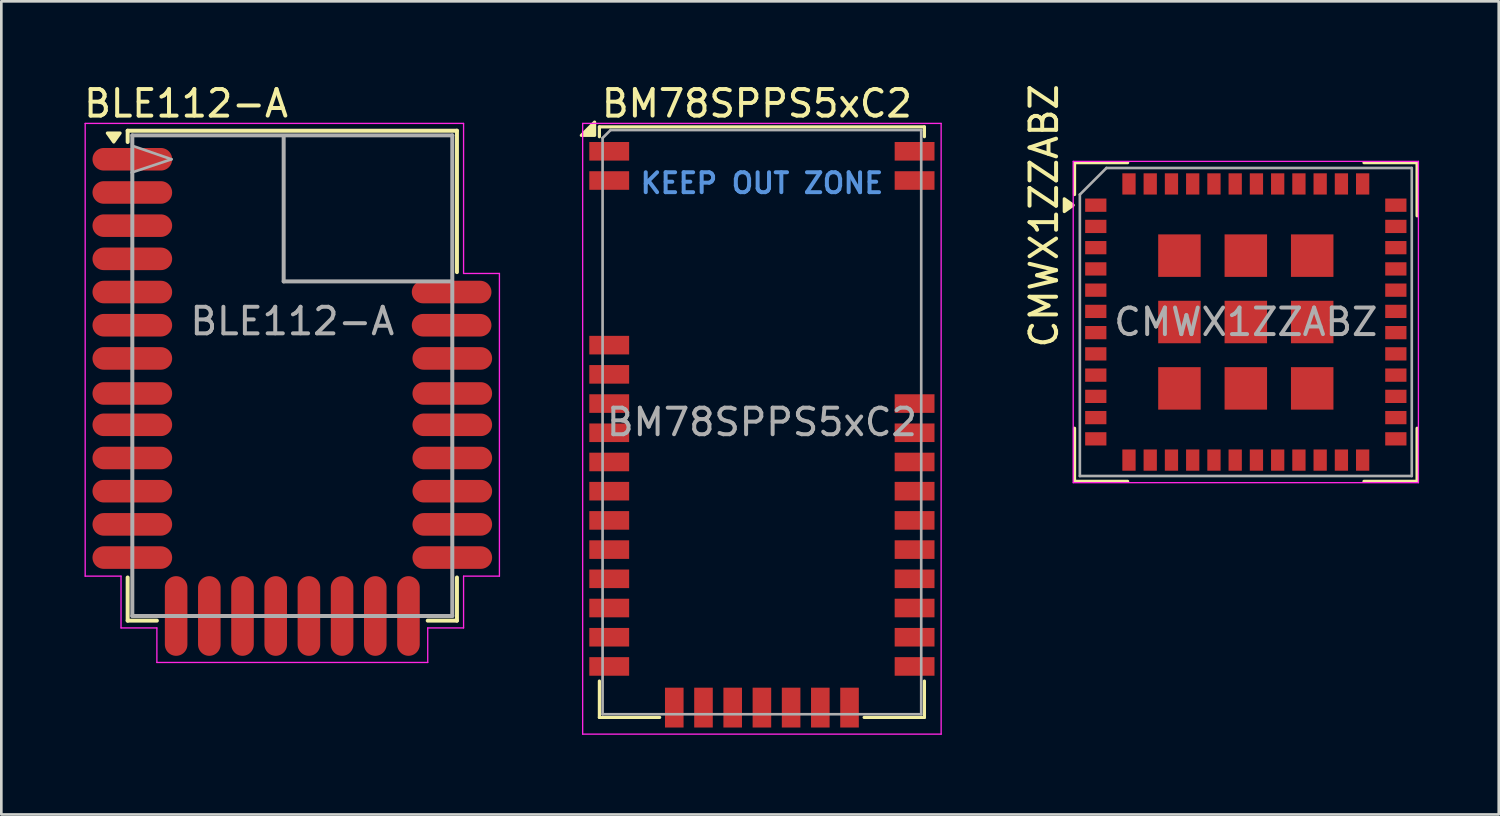
<source format=kicad_pcb>
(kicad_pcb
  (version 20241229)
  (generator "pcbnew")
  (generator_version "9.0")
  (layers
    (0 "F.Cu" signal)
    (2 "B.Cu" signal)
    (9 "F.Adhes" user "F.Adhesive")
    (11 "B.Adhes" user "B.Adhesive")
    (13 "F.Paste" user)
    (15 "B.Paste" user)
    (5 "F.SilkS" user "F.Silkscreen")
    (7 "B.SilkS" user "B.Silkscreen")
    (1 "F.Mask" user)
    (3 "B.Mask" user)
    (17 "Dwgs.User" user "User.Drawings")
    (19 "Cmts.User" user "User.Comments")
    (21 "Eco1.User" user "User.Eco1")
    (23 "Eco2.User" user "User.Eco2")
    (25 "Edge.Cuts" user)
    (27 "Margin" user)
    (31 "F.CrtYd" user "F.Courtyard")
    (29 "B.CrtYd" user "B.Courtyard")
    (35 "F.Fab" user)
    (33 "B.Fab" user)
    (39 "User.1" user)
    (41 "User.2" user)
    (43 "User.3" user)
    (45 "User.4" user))
  (footprint "CMWX1ZZABZ"
    (layer "F.Cu")
    (at 43.867 9.077)
    (property "Reference" "CMWX1ZZABZ" (at -7.6 -4 270) (layer "F.SilkS") (effects (font (size 1 1) (thickness 0.15))))
    (attr smd)
    (fp_line (start -6.45 -6) (end -4.45 -6) (stroke (width 0.12) (type solid)) (layer "F.SilkS"))
    (fp_line (start -6.45 -4.8) (end -6.45 -6) (stroke (width 0.12) (type solid)) (layer "F.SilkS"))
    (fp_line (start -6.45 4) (end -6.45 6) (stroke (width 0.12) (type solid)) (layer "F.SilkS"))
    (fp_line (start -6.45 6) (end -4.45 6) (stroke (width 0.12) (type solid)) (layer "F.SilkS"))
    (fp_line (start 4.45 -6) (end 6.45 -6) (stroke (width 0.12) (type solid)) (layer "F.SilkS"))
    (fp_line (start 4.45 6) (end 6.45 6) (stroke (width 0.12) (type solid)) (layer "F.SilkS"))
    (fp_line (start 6.45 -6) (end 6.45 -4) (stroke (width 0.12) (type solid)) (layer "F.SilkS"))
    (fp_line (start 6.45 4) (end 6.45 6) (stroke (width 0.12) (type solid)) (layer "F.SilkS"))
    (fp_poly (pts (xy -6.5 -4.4) (xy -6.836 -4.16) (xy -6.836 -4.64) (xy -6.5 -4.4)) (stroke (width 0.12) (type solid)) (fill yes) (layer "F.SilkS"))
    (fp_line (start -6.5 -6.05) (end 6.5 -6.05) (stroke (width 0.05) (type solid)) (layer "F.CrtYd"))
    (fp_line (start -6.5 6.05) (end -6.5 -6.05) (stroke (width 0.05) (type solid)) (layer "F.CrtYd"))
    (fp_line (start -6.5 6.05) (end 6.5 6.05) (stroke (width 0.05) (type solid)) (layer "F.CrtYd"))
    (fp_line (start 6.5 -6.05) (end 6.5 6.05) (stroke (width 0.05) (type solid)) (layer "F.CrtYd"))
    (fp_line (start -6.25 -4.8) (end -6.25 5.8) (stroke (width 0.1) (type solid)) (layer "F.Fab"))
    (fp_line (start -6.25 5.8) (end 6.25 5.8) (stroke (width 0.1) (type solid)) (layer "F.Fab"))
    (fp_line (start -5.25 -5.8) (end -6.25 -4.8) (stroke (width 0.1) (type solid)) (layer "F.Fab"))
    (fp_line (start -5.25 -5.8) (end 6.25 -5.8) (stroke (width 0.1) (type solid)) (layer "F.Fab"))
    (fp_line (start 6.25 -5.8) (end 6.25 5.8) (stroke (width 0.1) (type solid)) (layer "F.Fab"))
    (fp_text user "${REFERENCE}" (at 0 0 0) (layer "F.Fab") (effects (font (size 1 1) (thickness 0.15))))
    (pad "1" smd rect (at -5.65 -4.4) (size 0.8 0.5) (layers "F.Cu" "F.Mask" "F.Paste"))
    (pad "2" smd rect (at -5.65 -3.6) (size 0.8 0.5) (layers "F.Cu" "F.Mask" "F.Paste"))
    (pad "3" smd rect (at -5.65 -2.8) (size 0.8 0.5) (layers "F.Cu" "F.Mask" "F.Paste"))
    (pad "4" smd rect (at -5.65 -2) (size 0.8 0.5) (layers "F.Cu" "F.Mask" "F.Paste"))
    (pad "5" smd rect (at -5.65 -1.2) (size 0.8 0.5) (layers "F.Cu" "F.Mask" "F.Paste"))
    (pad "6" smd rect (at -5.65 -0.4) (size 0.8 0.5) (layers "F.Cu" "F.Mask" "F.Paste"))
    (pad "7" smd rect (at -5.65 0.4) (size 0.8 0.5) (layers "F.Cu" "F.Mask" "F.Paste"))
    (pad "8" smd rect (at -5.65 1.2) (size 0.8 0.5) (layers "F.Cu" "F.Mask" "F.Paste"))
    (pad "9" smd rect (at -5.65 2) (size 0.8 0.5) (layers "F.Cu" "F.Mask" "F.Paste"))
    (pad "10" smd rect (at -5.65 2.8) (size 0.8 0.5) (layers "F.Cu" "F.Mask" "F.Paste"))
    (pad "11" smd rect (at -5.65 3.6) (size 0.8 0.5) (layers "F.Cu" "F.Mask" "F.Paste"))
    (pad "12" smd rect (at -5.65 4.4) (size 0.8 0.5) (layers "F.Cu" "F.Mask" "F.Paste"))
    (pad "13" smd rect (at -4.4 5.2 90) (size 0.8 0.5) (layers "F.Cu" "F.Mask" "F.Paste"))
    (pad "14" smd rect (at -3.6 5.2 90) (size 0.8 0.5) (layers "F.Cu" "F.Mask" "F.Paste"))
    (pad "15" smd rect (at -2.8 5.2 90) (size 0.8 0.5) (layers "F.Cu" "F.Mask" "F.Paste"))
    (pad "16" smd rect (at -2 5.2 90) (size 0.8 0.5) (layers "F.Cu" "F.Mask" "F.Paste"))
    (pad "17" smd rect (at -1.2 5.2 90) (size 0.8 0.5) (layers "F.Cu" "F.Mask" "F.Paste"))
    (pad "18" smd rect (at -0.4 5.2 90) (size 0.8 0.5) (layers "F.Cu" "F.Mask" "F.Paste"))
    (pad "19" smd rect (at 0.4 5.2 90) (size 0.8 0.5) (layers "F.Cu" "F.Mask" "F.Paste"))
    (pad "20" smd rect (at 1.2 5.2 270) (size 0.8 0.5) (layers "F.Cu" "F.Mask" "F.Paste"))
    (pad "21" smd rect (at 2 5.2 270) (size 0.8 0.5) (layers "F.Cu" "F.Mask" "F.Paste"))
    (pad "22" smd rect (at 2.8 5.2 270) (size 0.8 0.5) (layers "F.Cu" "F.Mask" "F.Paste"))
    (pad "23" smd rect (at 3.6 5.2 270) (size 0.8 0.5) (layers "F.Cu" "F.Mask" "F.Paste"))
    (pad "24" smd rect (at 4.4 5.2 270) (size 0.8 0.5) (layers "F.Cu" "F.Mask" "F.Paste"))
    (pad "25" smd rect (at 5.65 4.4) (size 0.8 0.5) (layers "F.Cu" "F.Mask" "F.Paste"))
    (pad "26" smd rect (at 5.65 3.6) (size 0.8 0.5) (layers "F.Cu" "F.Mask" "F.Paste"))
    (pad "27" smd rect (at 5.65 2.8) (size 0.8 0.5) (layers "F.Cu" "F.Mask" "F.Paste"))
    (pad "28" smd rect (at 5.65 2) (size 0.8 0.5) (layers "F.Cu" "F.Mask" "F.Paste"))
    (pad "29" smd rect (at 5.65 1.2) (size 0.8 0.5) (layers "F.Cu" "F.Mask" "F.Paste"))
    (pad "30" smd rect (at 5.65 0.4) (size 0.8 0.5) (layers "F.Cu" "F.Mask" "F.Paste"))
    (pad "31" smd rect (at 5.65 -0.4) (size 0.8 0.5) (layers "F.Cu" "F.Mask" "F.Paste"))
    (pad "32" smd rect (at 5.65 -1.2) (size 0.8 0.5) (layers "F.Cu" "F.Mask" "F.Paste"))
    (pad "33" smd rect (at 5.65 -2) (size 0.8 0.5) (layers "F.Cu" "F.Mask" "F.Paste"))
    (pad "34" smd rect (at 5.65 -2.8) (size 0.8 0.5) (layers "F.Cu" "F.Mask" "F.Paste"))
    (pad "35" smd rect (at 5.65 -3.6) (size 0.8 0.5) (layers "F.Cu" "F.Mask" "F.Paste"))
    (pad "36" smd rect (at 5.65 -4.4) (size 0.8 0.5) (layers "F.Cu" "F.Mask" "F.Paste"))
    (pad "37" smd rect (at 4.4 -5.2 90) (size 0.8 0.5) (layers "F.Cu" "F.Mask" "F.Paste"))
    (pad "38" smd rect (at 3.6 -5.2 90) (size 0.8 0.5) (layers "F.Cu" "F.Mask" "F.Paste"))
    (pad "39" smd rect (at 2.8 -5.2 90) (size 0.8 0.5) (layers "F.Cu" "F.Mask" "F.Paste"))
    (pad "40" smd rect (at 2 -5.2 90) (size 0.8 0.5) (layers "F.Cu" "F.Mask" "F.Paste"))
    (pad "41" smd rect (at 1.2 -5.2 90) (size 0.8 0.5) (layers "F.Cu" "F.Mask" "F.Paste"))
    (pad "42" smd rect (at 0.4 -5.2 90) (size 0.8 0.5) (layers "F.Cu" "F.Mask" "F.Paste"))
    (pad "43" smd rect (at -0.4 -5.2 90) (size 0.8 0.5) (layers "F.Cu" "F.Mask" "F.Paste"))
    (pad "44" smd rect (at -1.2 -5.2 90) (size 0.8 0.5) (layers "F.Cu" "F.Mask" "F.Paste"))
    (pad "45" smd rect (at -2 -5.2 90) (size 0.8 0.5) (layers "F.Cu" "F.Mask" "F.Paste"))
    (pad "46" smd rect (at -2.8 -5.2 90) (size 0.8 0.5) (layers "F.Cu" "F.Mask" "F.Paste"))
    (pad "47" smd rect (at -3.6 -5.2 90) (size 0.8 0.5) (layers "F.Cu" "F.Mask" "F.Paste"))
    (pad "48" smd rect (at -4.4 -5.2 90) (size 0.8 0.5) (layers "F.Cu" "F.Mask" "F.Paste"))
    (pad "49" smd rect (at -2.5 -2.5 90) (size 1.6 1.6) (layers "F.Cu" "F.Mask" "F.Paste"))
    (pad "50" smd rect (at 0 -2.5 90) (size 1.6 1.6) (layers "F.Cu" "F.Mask" "F.Paste"))
    (pad "51" smd rect (at 2.5 -2.5 90) (size 1.6 1.6) (layers "F.Cu" "F.Mask" "F.Paste"))
    (pad "52" smd rect (at -2.5 0 90) (size 1.6 1.6) (layers "F.Cu" "F.Mask" "F.Paste"))
    (pad "53" smd rect (at 0 0 90) (size 1.6 1.6) (layers "F.Cu" "F.Mask" "F.Paste"))
    (pad "54" smd rect (at 2.5 0 90) (size 1.6 1.6) (layers "F.Cu" "F.Mask" "F.Paste"))
    (pad "55" smd rect (at -2.5 2.5 90) (size 1.6 1.6) (layers "F.Cu" "F.Mask" "F.Paste"))
    (pad "56" smd rect (at 0 2.5 90) (size 1.6 1.6) (layers "F.Cu" "F.Mask" "F.Paste"))
    (pad "57" smd rect (at 2.5 2.5 90) (size 1.6 1.6) (layers "F.Cu" "F.Mask" "F.Paste")))
  (footprint "BLE112-A"
    (layer "F.Cu")
    (at 7.958 11.548)
    (property "Reference" "BLE112-A" (at -4 -10.7 0) (layer "F.SilkS") (effects (font (size 1 1) (thickness 0.15))))
    (attr smd)
    (fp_line (start -6.2 -9.675) (end -6.2 -9.25) (stroke (width 0.15) (type solid)) (layer "F.SilkS"))
    (fp_line (start -6.2 8.775) (end -6.2 7.15) (stroke (width 0.15) (type solid)) (layer "F.SilkS"))
    (fp_line (start -5.1 8.775) (end -6.2 8.775) (stroke (width 0.15) (type solid)) (layer "F.SilkS"))
    (fp_line (start 5.1 8.775) (end 6.2 8.775) (stroke (width 0.15) (type solid)) (layer "F.SilkS"))
    (fp_line (start 6.2 -9.675) (end -6.2 -9.675) (stroke (width 0.15) (type solid)) (layer "F.SilkS"))
    (fp_line (start 6.2 -4.35) (end 6.2 -9.675) (stroke (width 0.15) (type solid)) (layer "F.SilkS"))
    (fp_line (start 6.2 8.775) (end 6.2 7.15) (stroke (width 0.15) (type solid)) (layer "F.SilkS"))
    (fp_poly (pts (xy -6.725 -9.25) (xy -6.965 -9.586) (xy -6.485 -9.586) (xy -6.725 -9.25)) (stroke (width 0.12) (type solid)) (fill yes) (layer "F.SilkS"))
    (fp_line (start -7.8 -9.95) (end -7.8 7.1) (stroke (width 0.05) (type solid)) (layer "F.CrtYd"))
    (fp_line (start -7.8 7.1) (end -6.45 7.1) (stroke (width 0.05) (type solid)) (layer "F.CrtYd"))
    (fp_line (start -6.45 7.1) (end -6.45 9.05) (stroke (width 0.05) (type solid)) (layer "F.CrtYd"))
    (fp_line (start -6.45 9.05) (end -5.1 9.05) (stroke (width 0.05) (type solid)) (layer "F.CrtYd"))
    (fp_line (start -5.1 9.05) (end -5.1 10.35) (stroke (width 0.05) (type solid)) (layer "F.CrtYd"))
    (fp_line (start -5.1 10.35) (end 5.1 10.35) (stroke (width 0.05) (type solid)) (layer "F.CrtYd"))
    (fp_line (start 5.1 9.05) (end 6.45 9.05) (stroke (width 0.05) (type solid)) (layer "F.CrtYd"))
    (fp_line (start 5.1 10.35) (end 5.1 9.05) (stroke (width 0.05) (type solid)) (layer "F.CrtYd"))
    (fp_line (start 6.45 -9.95) (end -7.8 -9.95) (stroke (width 0.05) (type solid)) (layer "F.CrtYd"))
    (fp_line (start 6.45 -4.3) (end 6.45 -9.95) (stroke (width 0.05) (type solid)) (layer "F.CrtYd"))
    (fp_line (start 6.45 7.1) (end 7.8 7.1) (stroke (width 0.05) (type solid)) (layer "F.CrtYd"))
    (fp_line (start 6.45 9.05) (end 6.45 7.1) (stroke (width 0.05) (type solid)) (layer "F.CrtYd"))
    (fp_line (start 7.8 -4.3) (end 6.45 -4.3) (stroke (width 0.05) (type solid)) (layer "F.CrtYd"))
    (fp_line (start 7.8 7.1) (end 7.8 -4.3) (stroke (width 0.05) (type solid)) (layer "F.CrtYd"))
    (fp_line (start -6.025 -9.5) (end -6.025 8.6) (stroke (width 0.15) (type solid)) (layer "F.Fab"))
    (fp_line (start -6.025 8.6) (end 6.025 8.6) (stroke (width 0.15) (type solid)) (layer "F.Fab"))
    (fp_line (start -6 -9.1) (end -4.55 -8.6) (stroke (width 0.1) (type solid)) (layer "F.Fab"))
    (fp_line (start -4.55 -8.6) (end -6.05 -8.1) (stroke (width 0.1) (type solid)) (layer "F.Fab"))
    (fp_line (start -0.325 -4) (end -0.325 -9.45) (stroke (width 0.15) (type solid)) (layer "F.Fab"))
    (fp_line (start 6 -4) (end -0.325 -4) (stroke (width 0.15) (type solid)) (layer "F.Fab"))
    (fp_line (start 6.025 -9.5) (end -6.025 -9.5) (stroke (width 0.15) (type solid)) (layer "F.Fab"))
    (fp_line (start 6.025 8.6) (end 6.025 -9.5) (stroke (width 0.15) (type solid)) (layer "F.Fab"))
    (fp_text user "${REFERENCE}" (at 0 -2.5 0) (layer "F.Fab") (effects (font (size 1 1) (thickness 0.15))))
    (pad "1" smd oval (at -6.025 -8.6) (size 3 0.85) (layers "F.Cu" "F.Mask" "F.Paste"))
    (pad "2" smd oval (at -6.025 -7.35) (size 3 0.85) (layers "F.Cu" "F.Mask" "F.Paste"))
    (pad "3" smd oval (at -6.025 -6.1) (size 3 0.85) (layers "F.Cu" "F.Mask" "F.Paste"))
    (pad "4" smd oval (at -6.025 -4.85) (size 3 0.85) (layers "F.Cu" "F.Mask" "F.Paste"))
    (pad "5" smd oval (at -6.025 -3.6) (size 3 0.85) (layers "F.Cu" "F.Mask" "F.Paste"))
    (pad "6" smd oval (at -6.025 -2.35) (size 3 0.85) (layers "F.Cu" "F.Mask" "F.Paste"))
    (pad "7" smd oval (at -6.025 -1.1) (size 3 0.85) (layers "F.Cu" "F.Mask" "F.Paste"))
    (pad "8" smd oval (at -6.025 0.22) (size 3 0.85) (layers "F.Cu" "F.Mask" "F.Paste"))
    (pad "9" smd oval (at -6.025 1.4) (size 3 0.85) (layers "F.Cu" "F.Mask" "F.Paste"))
    (pad "10" smd oval (at -6.025 2.65) (size 3 0.85) (layers "F.Cu" "F.Mask" "F.Paste"))
    (pad "11" smd oval (at -6.025 3.9) (size 3 0.85) (layers "F.Cu" "F.Mask" "F.Paste"))
    (pad "12" smd oval (at -6.025 5.15) (size 3 0.85) (layers "F.Cu" "F.Mask" "F.Paste"))
    (pad "13" smd oval (at -6.025 6.4) (size 3 0.85) (layers "F.Cu" "F.Mask" "F.Paste"))
    (pad "14" smd oval (at -4.375 8.6 90) (size 3 0.85) (layers "F.Cu" "F.Mask" "F.Paste"))
    (pad "15" smd oval (at -3.125 8.6 90) (size 3 0.85) (layers "F.Cu" "F.Mask" "F.Paste"))
    (pad "16" smd oval (at -1.875 8.6 90) (size 3 0.85) (layers "F.Cu" "F.Mask" "F.Paste"))
    (pad "17" smd oval (at -0.625 8.6 90) (size 3 0.85) (layers "F.Cu" "F.Mask" "F.Paste"))
    (pad "18" smd oval (at 0.625 8.6 90) (size 3 0.85) (layers "F.Cu" "F.Mask" "F.Paste"))
    (pad "19" smd oval (at 1.875 8.6 90) (size 3 0.85) (layers "F.Cu" "F.Mask" "F.Paste"))
    (pad "20" smd oval (at 3.125 8.6 90) (size 3 0.85) (layers "F.Cu" "F.Mask" "F.Paste"))
    (pad "21" smd oval (at 4.375 8.6 90) (size 3 0.85) (layers "F.Cu" "F.Mask" "F.Paste"))
    (pad "22" smd oval (at 6.025 6.4) (size 3 0.85) (layers "F.Cu" "F.Mask" "F.Paste"))
    (pad "23" smd oval (at 6.025 5.15) (size 3 0.85) (layers "F.Cu" "F.Mask" "F.Paste"))
    (pad "24" smd oval (at 6.025 3.9) (size 3 0.85) (layers "F.Cu" "F.Mask" "F.Paste"))
    (pad "25" smd oval (at 6.025 2.65) (size 3 0.85) (layers "F.Cu" "F.Mask" "F.Paste"))
    (pad "26" smd oval (at 6.025 1.4) (size 3 0.85) (layers "F.Cu" "F.Mask" "F.Paste"))
    (pad "27" smd oval (at 6.025 0.22) (size 3 0.85) (layers "F.Cu" "F.Mask" "F.Paste"))
    (pad "28" smd oval (at 6.025 -1.1) (size 3 0.85) (layers "F.Cu" "F.Mask" "F.Paste"))
    (pad "29" smd oval (at 6 -2.35) (size 3 0.85) (layers "F.Cu" "F.Mask" "F.Paste"))
    (pad "30" smd oval (at 6 -3.6) (size 3 0.85) (layers "F.Cu" "F.Mask" "F.Paste")))
  (footprint "BM78SPPS5xC2"
    (layer "F.Cu")
    (at 25.643 12.848)
    (property "Reference" "BM78SPPS5xC2" (at -6.12 -12 180) (layer "F.SilkS") (effects (font (size 1 1) (thickness 0.15)) (justify left)))
    (attr smd)
    (fp_line (start -6.12 -11.12) (end -6.12 -10.75) (stroke (width 0.12) (type solid)) (layer "F.SilkS"))
    (fp_line (start -6.12 -11.12) (end 6.12 -11.12) (stroke (width 0.12) (type solid)) (layer "F.SilkS"))
    (fp_line (start -6.12 9.75) (end -6.12 11.12) (stroke (width 0.12) (type solid)) (layer "F.SilkS"))
    (fp_line (start -6.12 11.12) (end -3.85 11.12) (stroke (width 0.12) (type solid)) (layer "F.SilkS"))
    (fp_line (start 6.12 -11.12) (end 6.12 -10.75) (stroke (width 0.12) (type solid)) (layer "F.SilkS"))
    (fp_line (start 6.12 11.12) (end 3.85 11.12) (stroke (width 0.12) (type solid)) (layer "F.SilkS"))
    (fp_line (start 6.12 11.12) (end 6.12 9.75) (stroke (width 0.12) (type solid)) (layer "F.SilkS"))
    (fp_poly (pts (xy -6.3 -10.8) (xy -6.8 -10.8) (xy -6.3 -11.3) (xy -6.3 -10.8)) (stroke (width 0.12) (type solid)) (fill yes) (layer "F.SilkS"))
    (fp_line (start -6.75 -11.25) (end 6.75 -11.25) (stroke (width 0.05) (type solid)) (layer "F.CrtYd"))
    (fp_line (start -6.75 11.75) (end -6.75 -11.25) (stroke (width 0.05) (type solid)) (layer "F.CrtYd"))
    (fp_line (start 6.75 -11.25) (end 6.75 11.75) (stroke (width 0.05) (type solid)) (layer "F.CrtYd"))
    (fp_line (start 6.75 11.75) (end -6.75 11.75) (stroke (width 0.05) (type solid)) (layer "F.CrtYd"))
    (fp_line (start -6 -10.7) (end -6 11) (stroke (width 0.1) (type solid)) (layer "F.Fab"))
    (fp_line (start -6 11) (end 6 11) (stroke (width 0.1) (type solid)) (layer "F.Fab"))
    (fp_line (start -5.7 -11) (end -6 -10.7) (stroke (width 0.1) (type solid)) (layer "F.Fab"))
    (fp_line (start 6 -11) (end -5.7 -11) (stroke (width 0.1) (type solid)) (layer "F.Fab"))
    (fp_line (start 6 11) (end 6 -11) (stroke (width 0.1) (type solid)) (layer "F.Fab"))
    (fp_text user "KEEP OUT ZONE" (at 0 -9 0) (layer "Cmts.User") (effects (font (size 0.75 0.75) (thickness 0.15))))
    (fp_text user "${REFERENCE}" (at 0 0 0) (layer "F.Fab") (effects (font (size 1 1) (thickness 0.15))))
    (pad "1" smd rect (at -5.75 -10.2 270) (size 0.7 1.5) (layers "F.Cu" "F.Mask" "F.Paste"))
    (pad "2" smd rect (at -5.75 -9.1 270) (size 0.7 1.5) (layers "F.Cu" "F.Mask" "F.Paste"))
    (pad "3" smd rect (at -5.75 -2.9 270) (size 0.7 1.5) (layers "F.Cu" "F.Mask" "F.Paste"))
    (pad "4" smd rect (at -5.75 -1.8 270) (size 0.7 1.5) (layers "F.Cu" "F.Mask" "F.Paste"))
    (pad "5" smd rect (at -5.75 -0.7 270) (size 0.7 1.5) (layers "F.Cu" "F.Mask" "F.Paste"))
    (pad "6" smd rect (at -5.75 0.4 270) (size 0.7 1.5) (layers "F.Cu" "F.Mask" "F.Paste"))
    (pad "7" smd rect (at -5.75 1.5 270) (size 0.7 1.5) (layers "F.Cu" "F.Mask" "F.Paste"))
    (pad "8" smd rect (at -5.75 2.6 270) (size 0.7 1.5) (layers "F.Cu" "F.Mask" "F.Paste"))
    (pad "9" smd rect (at -5.75 3.7 270) (size 0.7 1.5) (layers "F.Cu" "F.Mask" "F.Paste"))
    (pad "10" smd rect (at -5.75 4.8 270) (size 0.7 1.5) (layers "F.Cu" "F.Mask" "F.Paste"))
    (pad "11" smd rect (at -5.75 5.9 270) (size 0.7 1.5) (layers "F.Cu" "F.Mask" "F.Paste"))
    (pad "12" smd rect (at -5.75 7 270) (size 0.7 1.5) (layers "F.Cu" "F.Mask" "F.Paste"))
    (pad "13" smd rect (at -5.75 8.1 270) (size 0.7 1.5) (layers "F.Cu" "F.Mask" "F.Paste"))
    (pad "14" smd rect (at -5.75 9.2 270) (size 0.7 1.5) (layers "F.Cu" "F.Mask" "F.Paste"))
    (pad "15" smd rect (at -3.3 10.75) (size 0.7 1.5) (layers "F.Cu" "F.Mask" "F.Paste"))
    (pad "16" smd rect (at -2.2 10.75) (size 0.7 1.5) (layers "F.Cu" "F.Mask" "F.Paste"))
    (pad "17" smd rect (at -1.1 10.75) (size 0.7 1.5) (layers "F.Cu" "F.Mask" "F.Paste"))
    (pad "18" smd rect (at 0 10.75) (size 0.7 1.5) (layers "F.Cu" "F.Mask" "F.Paste"))
    (pad "19" smd rect (at 1.1 10.75) (size 0.7 1.5) (layers "F.Cu" "F.Mask" "F.Paste"))
    (pad "20" smd rect (at 2.2 10.75) (size 0.7 1.5) (layers "F.Cu" "F.Mask" "F.Paste"))
    (pad "21" smd rect (at 3.3 10.75) (size 0.7 1.5) (layers "F.Cu" "F.Mask" "F.Paste"))
    (pad "22" smd rect (at 5.75 9.2 270) (size 0.7 1.5) (layers "F.Cu" "F.Mask" "F.Paste"))
    (pad "23" smd rect (at 5.75 8.1 270) (size 0.7 1.5) (layers "F.Cu" "F.Mask" "F.Paste"))
    (pad "24" smd rect (at 5.75 7 270) (size 0.7 1.5) (layers "F.Cu" "F.Mask" "F.Paste"))
    (pad "25" smd rect (at 5.75 5.9 270) (size 0.7 1.5) (layers "F.Cu" "F.Mask" "F.Paste"))
    (pad "26" smd rect (at 5.75 4.8 270) (size 0.7 1.5) (layers "F.Cu" "F.Mask" "F.Paste"))
    (pad "27" smd rect (at 5.75 3.7 270) (size 0.7 1.5) (layers "F.Cu" "F.Mask" "F.Paste"))
    (pad "28" smd rect (at 5.75 2.6 270) (size 0.7 1.5) (layers "F.Cu" "F.Mask" "F.Paste"))
    (pad "29" smd rect (at 5.75 1.5 270) (size 0.7 1.5) (layers "F.Cu" "F.Mask" "F.Paste"))
    (pad "30" smd rect (at 5.75 0.4 270) (size 0.7 1.5) (layers "F.Cu" "F.Mask" "F.Paste"))
    (pad "31" smd rect (at 5.75 -0.7 270) (size 0.7 1.5) (layers "F.Cu" "F.Mask" "F.Paste"))
    (pad "32" smd rect (at 5.75 -9.1 270) (size 0.7 1.5) (layers "F.Cu" "F.Mask" "F.Paste"))
    (pad "33" smd rect (at 5.75 -10.2 270) (size 0.7 1.5) (layers "F.Cu" "F.Mask" "F.Paste"))
    (zone (net_name "") (layer "F.Cu") (hatch full 0.508) (connect_pads) (min_thickness 0.254) (filled_areas_thickness no) (keepout (tracks not_allowed) (vias not_allowed) (pads not_allowed) (copperpour not_allowed) (footprints not_allowed)) (placement (enabled no)) (fill) (polygon (pts (xy 31.643 2.298) (xy 30.643 2.298) (xy 30.643 2.998) (xy 31.643 2.998) (xy 31.643 3.398) (xy 30.643 3.398) (xy 30.643 4.098) (xy 31.643 4.098) (xy 31.643 9.048) (xy 27.643 9.048) (xy 27.643 5.848) (xy 19.643 5.848) (xy 19.643 4.098) (xy 20.643 4.098) (xy 20.643 3.398) (xy 19.643 3.398) (xy 19.643 2.998) (xy 20.643 2.998) (xy 20.643 2.298) (xy 19.643 2.298) (xy 19.643 1.848) (xy 31.643 1.848)))))
  (gr_rect
    (start -3 -3)
    (end 53.392 27.623)
    (stroke (width 0.1) (type default))
    (fill no)
    (layer "Edge.Cuts")))
</source>
